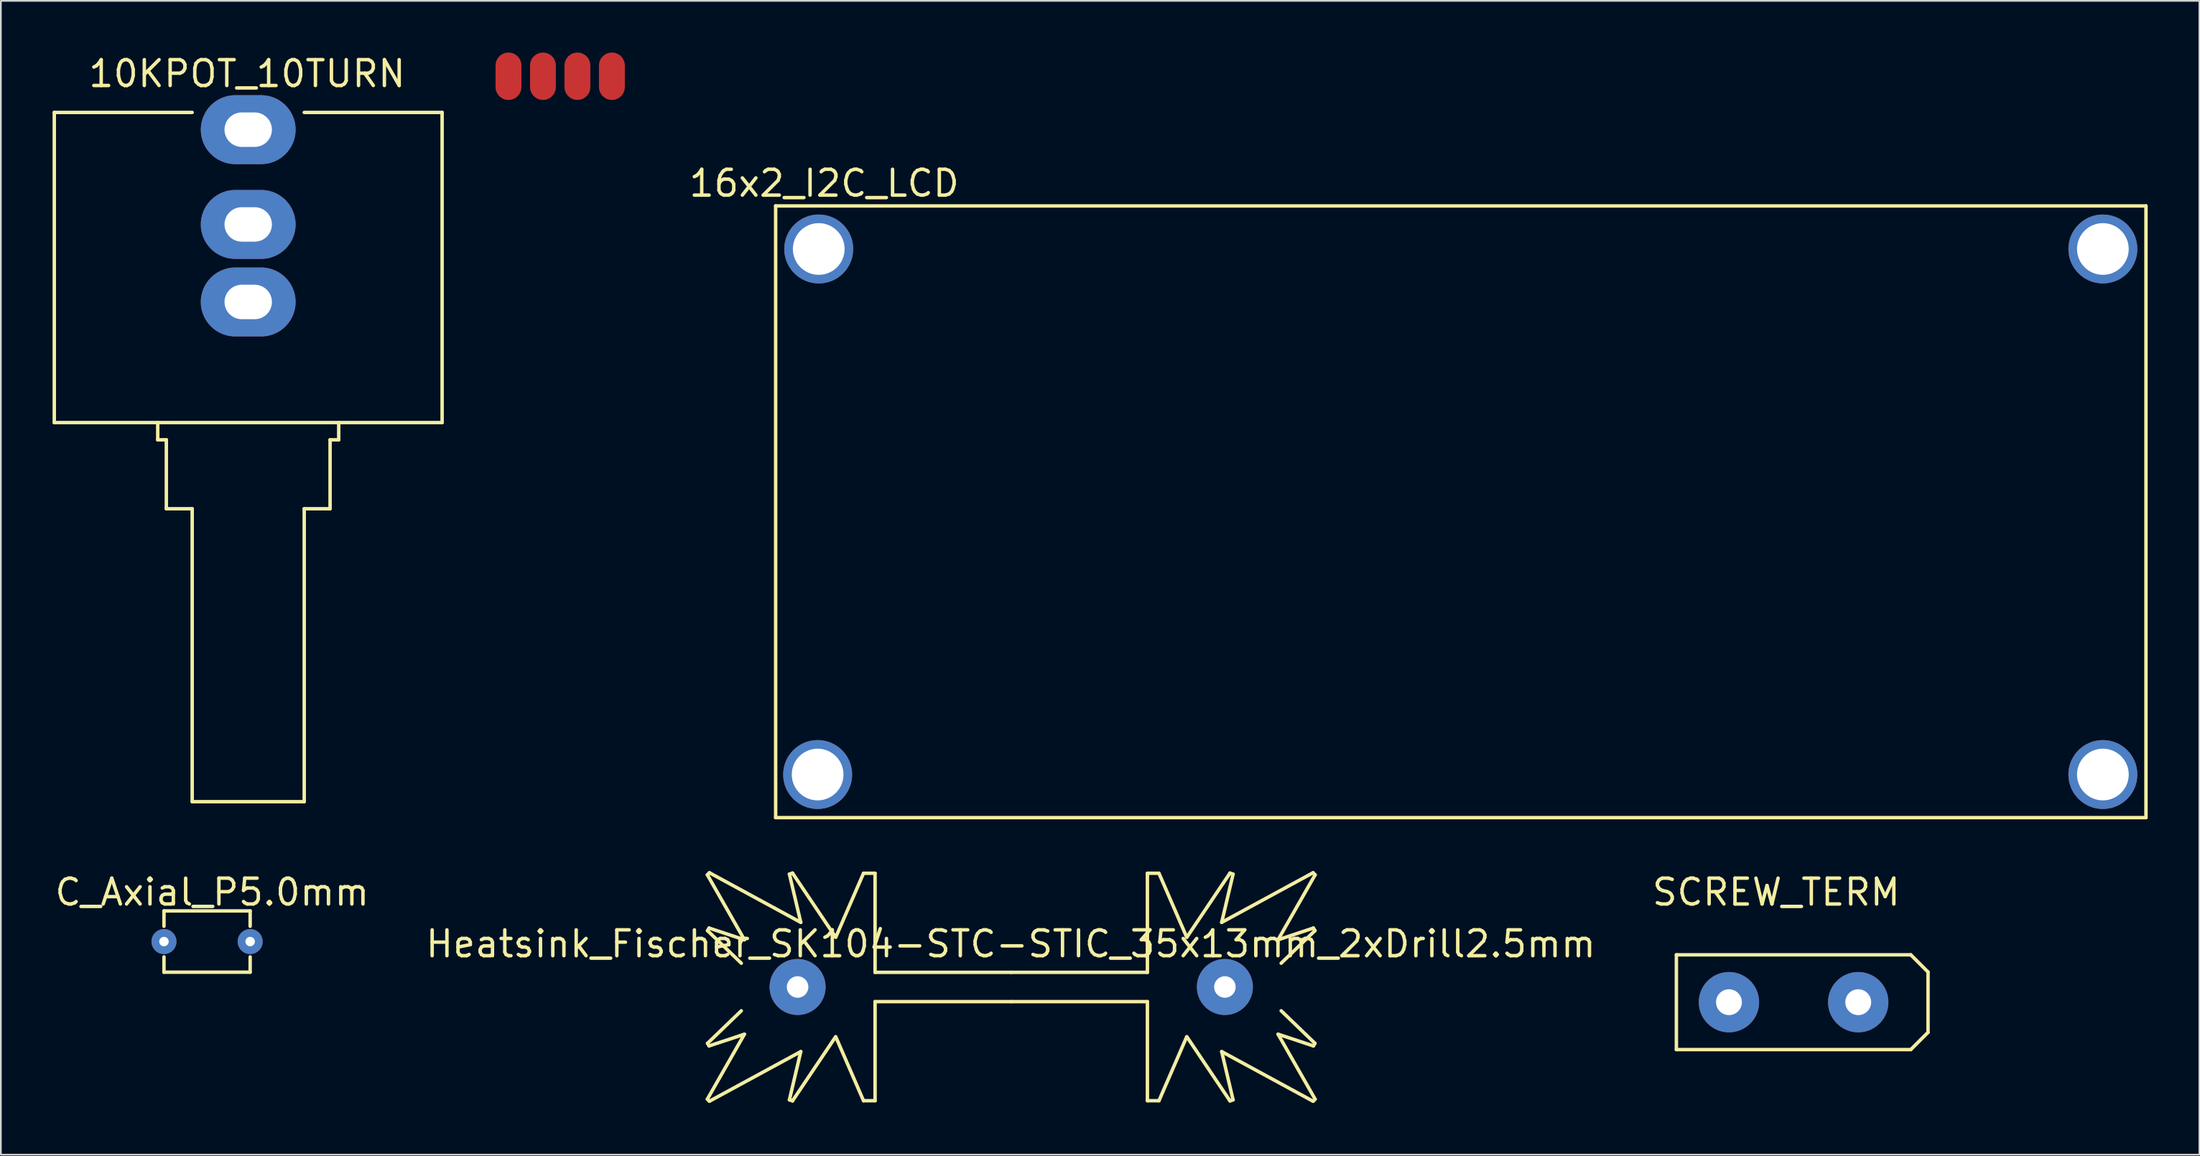
<source format=kicad_pcb>
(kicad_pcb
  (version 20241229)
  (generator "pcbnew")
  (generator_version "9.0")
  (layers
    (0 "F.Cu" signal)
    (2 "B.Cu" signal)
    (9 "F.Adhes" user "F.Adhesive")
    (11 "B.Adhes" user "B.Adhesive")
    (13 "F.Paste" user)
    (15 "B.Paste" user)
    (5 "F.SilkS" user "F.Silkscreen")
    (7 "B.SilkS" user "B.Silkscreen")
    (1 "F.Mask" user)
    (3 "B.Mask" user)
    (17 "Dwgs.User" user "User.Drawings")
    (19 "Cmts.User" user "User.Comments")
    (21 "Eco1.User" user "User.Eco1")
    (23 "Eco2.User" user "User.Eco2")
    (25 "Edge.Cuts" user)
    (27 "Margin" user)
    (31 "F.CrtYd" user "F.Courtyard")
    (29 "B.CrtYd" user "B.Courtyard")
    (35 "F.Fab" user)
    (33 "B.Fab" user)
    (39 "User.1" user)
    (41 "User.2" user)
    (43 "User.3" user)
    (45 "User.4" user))
  (footprint "10KPOT_10TURN"
    (layer "F.Cu")
    (at 11.35 4.475)
    (property "Reference" "10KPOT_10TURN" (at -0.064 -3.247 0) (layer "F.SilkS") (effects (font (size 1.5 1.5) (thickness 0.2))))
    (attr through_hole)
    (fp_line (start -11.25 -1) (end -11.25 17) (stroke (width 0.2) (type solid)) (layer "F.SilkS"))
    (fp_line (start -11.25 -1) (end -3.25 -1) (stroke (width 0.2) (type solid)) (layer "F.SilkS"))
    (fp_line (start -11.25 17) (end 11.25 17) (stroke (width 0.2) (type solid)) (layer "F.SilkS"))
    (fp_line (start -5.25 17) (end -5.25 18) (stroke (width 0.2) (type solid)) (layer "F.SilkS"))
    (fp_line (start -5.25 18) (end -4.75 18) (stroke (width 0.2) (type solid)) (layer "F.SilkS"))
    (fp_line (start -4.75 18) (end -4.75 22) (stroke (width 0.2) (type solid)) (layer "F.SilkS"))
    (fp_line (start -4.75 22) (end -3.25 22) (stroke (width 0.2) (type solid)) (layer "F.SilkS"))
    (fp_line (start -3.25 22) (end -3.25 39) (stroke (width 0.2) (type solid)) (layer "F.SilkS"))
    (fp_line (start -3.25 39) (end 3.25 39) (stroke (width 0.2) (type solid)) (layer "F.SilkS"))
    (fp_line (start 3.25 22) (end 3.25 39) (stroke (width 0.2) (type solid)) (layer "F.SilkS"))
    (fp_line (start 4.75 18) (end 4.75 22) (stroke (width 0.2) (type solid)) (layer "F.SilkS"))
    (fp_line (start 4.75 18) (end 5.25 18) (stroke (width 0.2) (type solid)) (layer "F.SilkS"))
    (fp_line (start 4.75 22) (end 3.25 22) (stroke (width 0.2) (type solid)) (layer "F.SilkS"))
    (fp_line (start 5.25 17) (end 5.25 18) (stroke (width 0.2) (type solid)) (layer "F.SilkS"))
    (fp_line (start 11.25 -1) (end 3.25 -1) (stroke (width 0.2) (type solid)) (layer "F.SilkS"))
    (fp_line (start 11.25 -1) (end 11.25 17) (stroke (width 0.2) (type solid)) (layer "F.SilkS"))
    (pad "1" thru_hole oval (at 0 10) (size 5.5 4) (drill oval 2.75 2) (layers "*.Cu" "*.Mask"))
    (pad "2" thru_hole oval (at 0 0) (size 5.5 4) (drill oval 2.75 2) (layers "*.Cu" "*.Mask"))
    (pad "3" thru_hole oval (at 0 5.5) (size 5.5 4) (drill oval 2.75 2) (layers "*.Cu" "*.Mask")))
  (footprint "16x2_I2C_LCD"
    (layer "F.Cu")
    (at 44.45 11.4)
    (property "Reference" "16x2_I2C_LCD" (at 0.318 -3.81 0) (layer "F.SilkS") (effects (font (size 1.5 1.5) (thickness 0.2))))
    (attr through_hole)
    (fp_line (start -2.5 -2.5) (end -2.5 33) (stroke (width 0.2) (type solid)) (layer "F.SilkS"))
    (fp_line (start 77 -2.5) (end -2.5 -2.5) (stroke (width 0.2) (type solid)) (layer "F.SilkS"))
    (fp_line (start 77 -2.5) (end 77 33) (stroke (width 0.2) (type solid)) (layer "F.SilkS"))
    (fp_line (start 77 33) (end -2.5 33) (stroke (width 0.2) (type solid)) (layer "F.SilkS"))
    (pad "" np_thru_hole circle (at -0.064 30.5) (size 4 4) (drill 3) (layers "*.Cu" "*.Mask"))
    (pad "" np_thru_hole circle (at 0 0) (size 4 4) (drill 3) (layers "*.Cu" "*.Mask"))
    (pad "" np_thru_hole circle (at 74.5 0) (size 4 4) (drill 3) (layers "*.Cu" "*.Mask"))
    (pad "" np_thru_hole circle (at 74.5 30.5) (size 4 4) (drill 3) (layers "*.Cu" "*.Mask"))
    (pad "1" smd oval (at -12 -10.025 90) (size 2.75 1.5) (layers "F.Cu" "F.Mask" "F.Paste"))
    (pad "2" smd oval (at -14 -10.025 90) (size 2.75 1.5) (layers "F.Cu" "F.Mask" "F.Paste"))
    (pad "3" smd oval (at -16 -10.025 90) (size 2.75 1.5) (layers "F.Cu" "F.Mask" "F.Paste"))
    (pad "4" smd oval (at -18 -10.025 90) (size 2.75 1.5) (layers "F.Cu" "F.Mask" "F.Paste")))
  (footprint "SCREW_TERM"
    (layer "F.Cu")
    (at 97.257 55.112)
    (property "Reference" "SCREW_TERM" (at 2.743 -6.383 0) (layer "F.SilkS") (effects (font (size 1.5 1.5) (thickness 0.2))))
    (attr through_hole)
    (fp_line (start -3.05 -2.75) (end -3.05 2.75) (stroke (width 0.2) (type solid)) (layer "F.SilkS"))
    (fp_line (start -3.05 -2.75) (end 10.55 -2.75) (stroke (width 0.2) (type solid)) (layer "F.SilkS"))
    (fp_line (start -3.05 2.75) (end 10.55 2.75) (stroke (width 0.2) (type solid)) (layer "F.SilkS"))
    (fp_line (start 10.55 -2.75) (end 11.55 -1.75) (stroke (width 0.2) (type solid)) (layer "F.SilkS"))
    (fp_line (start 10.55 2.75) (end 11.55 1.75) (stroke (width 0.2) (type solid)) (layer "F.SilkS"))
    (fp_line (start 11.55 -1.75) (end 11.55 1.75) (stroke (width 0.2) (type solid)) (layer "F.SilkS"))
    (pad "1" thru_hole circle (at 0 0) (size 3.5 3.5) (drill 1.5) (layers "*.Cu" "*.Mask"))
    (pad "1" thru_hole circle (at 7.5 0) (size 3.5 3.5) (drill 1.5) (layers "*.Cu" "*.Mask")))
  (footprint "C_Axial_P5.0mm"
    (layer "F.Cu")
    (at 6.463 51.594)
    (property "Reference" "C_Axial_P5.0mm" (at 2.794 -2.865 0) (layer "F.SilkS") (effects (font (size 1.5 1.5) (thickness 0.2))))
    (attr through_hole)
    (fp_line (start 0 -1.778) (end 5 -1.778) (stroke (width 0.2) (type solid)) (layer "F.SilkS"))
    (fp_line (start 0 -0.889) (end 0 -1.778) (stroke (width 0.2) (type solid)) (layer "F.SilkS"))
    (fp_line (start 0 0.889) (end 0 1.778) (stroke (width 0.2) (type solid)) (layer "F.SilkS"))
    (fp_line (start 0 1.778) (end 5 1.778) (stroke (width 0.2) (type solid)) (layer "F.SilkS"))
    (fp_line (start 5 -0.889) (end 5 -1.778) (stroke (width 0.2) (type solid)) (layer "F.SilkS"))
    (fp_line (start 5 1.778) (end 5 0.889) (stroke (width 0.2) (type solid)) (layer "F.SilkS"))
    (pad "1" thru_hole circle (at 0 0) (size 1.45 1.45) (drill 0.55) (layers "*.Cu" "*.Mask"))
    (pad "2" thru_hole circle (at 5 0) (size 1.45 1.45) (drill 0.55) (layers "*.Cu" "*.Mask")))
  (footprint "Heatsink_Fischer_SK104-STC-STIC_35x13mm_2xDrill2.5mm"
    (layer "F.Cu")
    (at 55.618 54.23)
    (property "Reference" "Heatsink_Fischer_SK104-STC-STIC_35x13mm_2xDrill2.5mm" (at -0.025 -2.5 0) (layer "F.SilkS") (effects (font (size 1.5 1.5) (thickness 0.2))))
    (attr through_hole)
    (fp_line (start -17.63 -6.51) (end -15.48 -2.74) (stroke (width 0.2) (type solid)) (layer "F.SilkS"))
    (fp_line (start -17.63 6.51) (end -15.48 2.74) (stroke (width 0.2) (type solid)) (layer "F.SilkS"))
    (fp_line (start -17.62 -3.27) (end -15.66 -1.38) (stroke (width 0.2) (type solid)) (layer "F.SilkS"))
    (fp_line (start -17.62 3.27) (end -15.66 1.38) (stroke (width 0.2) (type solid)) (layer "F.SilkS"))
    (fp_line (start -17.53 -3.42) (end -17.62 -3.27) (stroke (width 0.2) (type solid)) (layer "F.SilkS"))
    (fp_line (start -17.53 3.42) (end -17.62 3.27) (stroke (width 0.2) (type solid)) (layer "F.SilkS"))
    (fp_line (start -17.51 -6.63) (end -17.63 -6.51) (stroke (width 0.2) (type solid)) (layer "F.SilkS"))
    (fp_line (start -17.51 6.63) (end -17.63 6.51) (stroke (width 0.2) (type solid)) (layer "F.SilkS"))
    (fp_line (start -15.48 -2.74) (end -17.53 -3.42) (stroke (width 0.2) (type solid)) (layer "F.SilkS"))
    (fp_line (start -15.48 2.74) (end -17.53 3.42) (stroke (width 0.2) (type solid)) (layer "F.SilkS"))
    (fp_line (start -12.87 -6.55) (end -12.21 -3.75) (stroke (width 0.2) (type solid)) (layer "F.SilkS"))
    (fp_line (start -12.87 6.55) (end -12.21 3.75) (stroke (width 0.2) (type solid)) (layer "F.SilkS"))
    (fp_line (start -12.69 -6.61) (end -12.87 -6.55) (stroke (width 0.2) (type solid)) (layer "F.SilkS"))
    (fp_line (start -12.69 6.61) (end -12.87 6.55) (stroke (width 0.2) (type solid)) (layer "F.SilkS"))
    (fp_line (start -12.21 -3.75) (end -17.51 -6.63) (stroke (width 0.2) (type solid)) (layer "F.SilkS"))
    (fp_line (start -12.21 3.75) (end -17.51 6.63) (stroke (width 0.2) (type solid)) (layer "F.SilkS"))
    (fp_line (start -10.19 -2.89) (end -12.69 -6.61) (stroke (width 0.2) (type solid)) (layer "F.SilkS"))
    (fp_line (start -10.19 2.89) (end -12.69 6.61) (stroke (width 0.2) (type solid)) (layer "F.SilkS"))
    (fp_line (start -8.57 -6.6) (end -10.18 -2.89) (stroke (width 0.2) (type solid)) (layer "F.SilkS"))
    (fp_line (start -8.57 6.6) (end -10.18 2.89) (stroke (width 0.2) (type solid)) (layer "F.SilkS"))
    (fp_line (start -7.9 -6.6) (end -8.57 -6.6) (stroke (width 0.2) (type solid)) (layer "F.SilkS"))
    (fp_line (start -7.9 -0.85) (end -7.9 -6.6) (stroke (width 0.2) (type solid)) (layer "F.SilkS"))
    (fp_line (start -7.9 0.85) (end -7.9 6.6) (stroke (width 0.2) (type solid)) (layer "F.SilkS"))
    (fp_line (start -7.9 6.6) (end -8.57 6.6) (stroke (width 0.2) (type solid)) (layer "F.SilkS"))
    (fp_line (start 0 -0.85) (end -7.9 -0.85) (stroke (width 0.2) (type solid)) (layer "F.SilkS"))
    (fp_line (start 0 -0.85) (end 7.9 -0.85) (stroke (width 0.2) (type solid)) (layer "F.SilkS"))
    (fp_line (start 0 0.85) (end -7.9 0.85) (stroke (width 0.2) (type solid)) (layer "F.SilkS"))
    (fp_line (start 0 0.85) (end 7.9 0.85) (stroke (width 0.2) (type solid)) (layer "F.SilkS"))
    (fp_line (start 7.9 -6.6) (end 8.57 -6.6) (stroke (width 0.2) (type solid)) (layer "F.SilkS"))
    (fp_line (start 7.9 -0.85) (end 7.9 -6.6) (stroke (width 0.2) (type solid)) (layer "F.SilkS"))
    (fp_line (start 7.9 0.85) (end 7.9 6.6) (stroke (width 0.2) (type solid)) (layer "F.SilkS"))
    (fp_line (start 7.9 6.6) (end 8.57 6.6) (stroke (width 0.2) (type solid)) (layer "F.SilkS"))
    (fp_line (start 8.57 -6.6) (end 10.18 -2.89) (stroke (width 0.2) (type solid)) (layer "F.SilkS"))
    (fp_line (start 8.57 6.6) (end 10.18 2.89) (stroke (width 0.2) (type solid)) (layer "F.SilkS"))
    (fp_line (start 10.19 -2.89) (end 12.69 -6.61) (stroke (width 0.2) (type solid)) (layer "F.SilkS"))
    (fp_line (start 10.19 2.89) (end 12.69 6.61) (stroke (width 0.2) (type solid)) (layer "F.SilkS"))
    (fp_line (start 12.21 -3.75) (end 17.51 -6.63) (stroke (width 0.2) (type solid)) (layer "F.SilkS"))
    (fp_line (start 12.21 3.75) (end 17.51 6.63) (stroke (width 0.2) (type solid)) (layer "F.SilkS"))
    (fp_line (start 12.69 -6.61) (end 12.87 -6.55) (stroke (width 0.2) (type solid)) (layer "F.SilkS"))
    (fp_line (start 12.69 6.61) (end 12.87 6.55) (stroke (width 0.2) (type solid)) (layer "F.SilkS"))
    (fp_line (start 12.87 -6.55) (end 12.21 -3.75) (stroke (width 0.2) (type solid)) (layer "F.SilkS"))
    (fp_line (start 12.87 6.55) (end 12.21 3.75) (stroke (width 0.2) (type solid)) (layer "F.SilkS"))
    (fp_line (start 15.48 -2.74) (end 17.53 -3.42) (stroke (width 0.2) (type solid)) (layer "F.SilkS"))
    (fp_line (start 15.48 2.74) (end 17.53 3.42) (stroke (width 0.2) (type solid)) (layer "F.SilkS"))
    (fp_line (start 17.51 -6.63) (end 17.63 -6.51) (stroke (width 0.2) (type solid)) (layer "F.SilkS"))
    (fp_line (start 17.51 6.63) (end 17.63 6.51) (stroke (width 0.2) (type solid)) (layer "F.SilkS"))
    (fp_line (start 17.53 -3.42) (end 17.62 -3.27) (stroke (width 0.2) (type solid)) (layer "F.SilkS"))
    (fp_line (start 17.53 3.42) (end 17.62 3.27) (stroke (width 0.2) (type solid)) (layer "F.SilkS"))
    (fp_line (start 17.62 -3.27) (end 15.66 -1.38) (stroke (width 0.2) (type solid)) (layer "F.SilkS"))
    (fp_line (start 17.62 3.27) (end 15.66 1.38) (stroke (width 0.2) (type solid)) (layer "F.SilkS"))
    (fp_line (start 17.63 -6.51) (end 15.48 -2.74) (stroke (width 0.2) (type solid)) (layer "F.SilkS"))
    (fp_line (start 17.63 6.51) (end 15.48 2.74) (stroke (width 0.2) (type solid)) (layer "F.SilkS"))
    (pad "1" thru_hole circle (at -12.395 0 180) (size 3.25 3.25) (drill 1.25) (layers "*.Cu" "*.Mask"))
    (pad "1" thru_hole circle (at 12.395 0) (size 3.25 3.25) (drill 1.25) (layers "*.Cu" "*.Mask")))
  (gr_rect
    (start -3 -3)
    (end 124.55 63.96)
    (stroke (width 0.1) (type default))
    (fill no)
    (layer "Edge.Cuts")))
</source>
